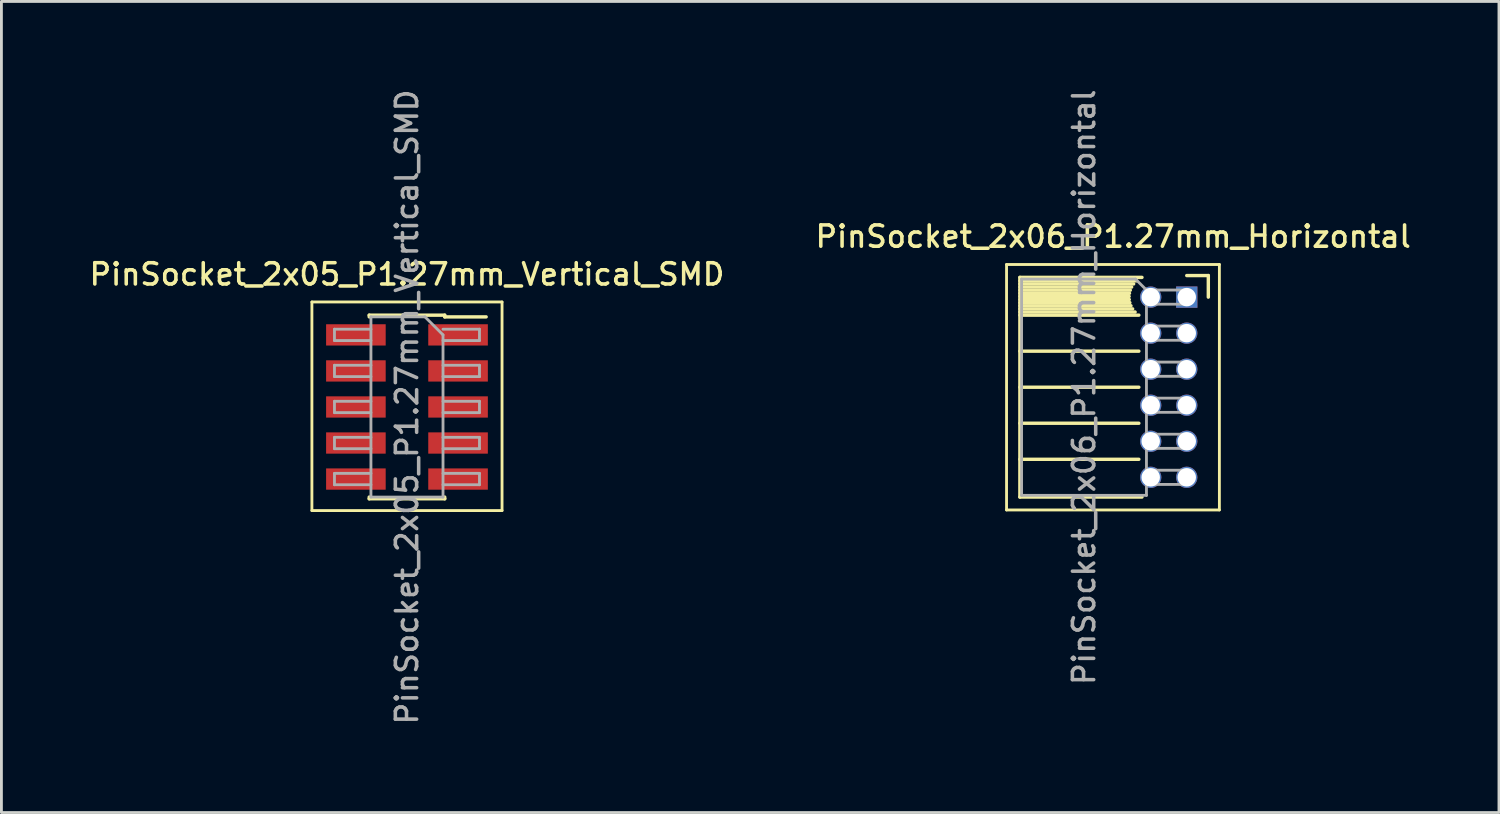
<source format=kicad_pcb>
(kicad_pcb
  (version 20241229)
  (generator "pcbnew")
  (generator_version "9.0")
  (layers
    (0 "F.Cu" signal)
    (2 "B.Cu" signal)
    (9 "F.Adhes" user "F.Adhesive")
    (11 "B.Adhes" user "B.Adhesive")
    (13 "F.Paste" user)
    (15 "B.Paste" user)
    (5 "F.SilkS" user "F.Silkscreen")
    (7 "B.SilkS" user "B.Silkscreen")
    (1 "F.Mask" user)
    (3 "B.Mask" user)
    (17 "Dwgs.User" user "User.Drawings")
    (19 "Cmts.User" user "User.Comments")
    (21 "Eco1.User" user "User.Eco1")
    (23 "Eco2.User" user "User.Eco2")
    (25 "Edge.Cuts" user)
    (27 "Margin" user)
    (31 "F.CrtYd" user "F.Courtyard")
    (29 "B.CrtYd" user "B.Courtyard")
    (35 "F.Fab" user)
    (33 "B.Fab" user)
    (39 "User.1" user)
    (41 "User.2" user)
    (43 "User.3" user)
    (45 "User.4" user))
  (footprint "PinSocket_2x06_P1.27mm_Horizontal"
    (layer "F.Cu")
    (at 38.769 7.42)
    (property "Reference" "PinSocket_2x06_P1.27mm_Horizontal" (at -2.592 -2.135 0) (layer "F.SilkS") (effects (font (size 0.75 0.75) (thickness 0.125))))
    (attr through_hole)
    (fp_line (start -6.35 -1.15) (end -6.35 7.5) (stroke (width 0.1) (type solid)) (layer "F.SilkS"))
    (fp_line (start -6.35 7.5) (end 1.15 7.5) (stroke (width 0.1) (type solid)) (layer "F.SilkS"))
    (fp_line (start -5.88 -0.695) (end -5.88 7.045) (stroke (width 0.12) (type solid)) (layer "F.SilkS"))
    (fp_line (start -5.88 -0.695) (end -1.578 -0.695) (stroke (width 0.12) (type solid)) (layer "F.SilkS"))
    (fp_line (start -5.88 -0.575) (end -1.767 -0.575) (stroke (width 0.12) (type solid)) (layer "F.SilkS"))
    (fp_line (start -5.88 -0.465) (end -1.871 -0.465) (stroke (width 0.12) (type solid)) (layer "F.SilkS"))
    (fp_line (start -5.88 -0.355) (end -1.942 -0.355) (stroke (width 0.12) (type solid)) (layer "F.SilkS"))
    (fp_line (start -5.88 -0.245) (end -1.989 -0.245) (stroke (width 0.12) (type solid)) (layer "F.SilkS"))
    (fp_line (start -5.88 -0.135) (end -2.018 -0.135) (stroke (width 0.12) (type solid)) (layer "F.SilkS"))
    (fp_line (start -5.88 -0.025) (end -2.03 -0.025) (stroke (width 0.12) (type solid)) (layer "F.SilkS"))
    (fp_line (start -5.88 0.085) (end -2.025 0.085) (stroke (width 0.12) (type solid)) (layer "F.SilkS"))
    (fp_line (start -5.88 0.195) (end -2.005 0.195) (stroke (width 0.12) (type solid)) (layer "F.SilkS"))
    (fp_line (start -5.88 0.305) (end -1.966 0.305) (stroke (width 0.12) (type solid)) (layer "F.SilkS"))
    (fp_line (start -5.88 0.415) (end -1.907 0.415) (stroke (width 0.12) (type solid)) (layer "F.SilkS"))
    (fp_line (start -5.88 0.525) (end -1.82 0.525) (stroke (width 0.12) (type solid)) (layer "F.SilkS"))
    (fp_line (start -5.88 0.635) (end -1.688 0.635) (stroke (width 0.12) (type solid)) (layer "F.SilkS"))
    (fp_line (start -5.88 1.905) (end -1.688 1.905) (stroke (width 0.12) (type solid)) (layer "F.SilkS"))
    (fp_line (start -5.88 3.175) (end -1.688 3.175) (stroke (width 0.12) (type solid)) (layer "F.SilkS"))
    (fp_line (start -5.88 4.445) (end -1.688 4.445) (stroke (width 0.12) (type solid)) (layer "F.SilkS"))
    (fp_line (start -5.88 5.715) (end -1.688 5.715) (stroke (width 0.12) (type solid)) (layer "F.SilkS"))
    (fp_line (start -5.88 7.045) (end -1.578 7.045) (stroke (width 0.12) (type solid)) (layer "F.SilkS"))
    (fp_line (start 0 -0.76) (end 0.76 -0.76) (stroke (width 0.12) (type solid)) (layer "F.SilkS"))
    (fp_line (start 0.76 -0.76) (end 0.76 0) (stroke (width 0.12) (type solid)) (layer "F.SilkS"))
    (fp_line (start 1.15 -1.15) (end -6.35 -1.15) (stroke (width 0.1) (type solid)) (layer "F.SilkS"))
    (fp_line (start 1.15 7.5) (end 1.15 -1.15) (stroke (width 0.1) (type solid)) (layer "F.SilkS"))
    (fp_line (start -5.82 -0.635) (end -1.805 -0.635) (stroke (width 0.1) (type solid)) (layer "F.Fab"))
    (fp_line (start -5.82 6.985) (end -5.82 -0.635) (stroke (width 0.1) (type solid)) (layer "F.Fab"))
    (fp_line (start -1.805 -0.635) (end -1.42 -0.25) (stroke (width 0.1) (type solid)) (layer "F.Fab"))
    (fp_line (start -1.42 -0.25) (end -1.42 6.985) (stroke (width 0.1) (type solid)) (layer "F.Fab"))
    (fp_line (start -1.42 0.25) (end 0 0.25) (stroke (width 0.1) (type solid)) (layer "F.Fab"))
    (fp_line (start -1.42 1.52) (end 0 1.52) (stroke (width 0.1) (type solid)) (layer "F.Fab"))
    (fp_line (start -1.42 2.79) (end 0 2.79) (stroke (width 0.1) (type solid)) (layer "F.Fab"))
    (fp_line (start -1.42 4.06) (end 0 4.06) (stroke (width 0.1) (type solid)) (layer "F.Fab"))
    (fp_line (start -1.42 5.33) (end 0 5.33) (stroke (width 0.1) (type solid)) (layer "F.Fab"))
    (fp_line (start -1.42 6.6) (end 0 6.6) (stroke (width 0.1) (type solid)) (layer "F.Fab"))
    (fp_line (start -1.42 6.985) (end -5.82 6.985) (stroke (width 0.1) (type solid)) (layer "F.Fab"))
    (fp_line (start 0 -0.25) (end -1.42 -0.25) (stroke (width 0.1) (type solid)) (layer "F.Fab"))
    (fp_line (start 0 0.25) (end 0 -0.25) (stroke (width 0.1) (type solid)) (layer "F.Fab"))
    (fp_line (start 0 1.02) (end -1.42 1.02) (stroke (width 0.1) (type solid)) (layer "F.Fab"))
    (fp_line (start 0 1.52) (end 0 1.02) (stroke (width 0.1) (type solid)) (layer "F.Fab"))
    (fp_line (start 0 2.29) (end -1.42 2.29) (stroke (width 0.1) (type solid)) (layer "F.Fab"))
    (fp_line (start 0 2.79) (end 0 2.29) (stroke (width 0.1) (type solid)) (layer "F.Fab"))
    (fp_line (start 0 3.56) (end -1.42 3.56) (stroke (width 0.1) (type solid)) (layer "F.Fab"))
    (fp_line (start 0 4.06) (end 0 3.56) (stroke (width 0.1) (type solid)) (layer "F.Fab"))
    (fp_line (start 0 4.83) (end -1.42 4.83) (stroke (width 0.1) (type solid)) (layer "F.Fab"))
    (fp_line (start 0 5.33) (end 0 4.83) (stroke (width 0.1) (type solid)) (layer "F.Fab"))
    (fp_line (start 0 6.1) (end -1.42 6.1) (stroke (width 0.1) (type solid)) (layer "F.Fab"))
    (fp_line (start 0 6.6) (end 0 6.1) (stroke (width 0.1) (type solid)) (layer "F.Fab"))
    (fp_text user "${REFERENCE}" (at -3.62 3.175 90) (layer "F.Fab") (effects (font (size 0.75 0.75) (thickness 0.125))))
    (pad "1" thru_hole rect (at 0 0) (size 0.75 0.75) (drill 0.65) (layers "*.Cu" "*.Mask"))
    (pad "2" thru_hole oval (at -1.27 0) (size 0.75 0.75) (drill 0.65) (layers "*.Cu" "*.Mask"))
    (pad "3" thru_hole oval (at 0 1.27) (size 0.75 0.75) (drill 0.65) (layers "*.Cu" "*.Mask"))
    (pad "4" thru_hole oval (at -1.27 1.27) (size 0.75 0.75) (drill 0.65) (layers "*.Cu" "*.Mask"))
    (pad "5" thru_hole oval (at 0 2.54) (size 0.75 0.75) (drill 0.65) (layers "*.Cu" "*.Mask"))
    (pad "6" thru_hole oval (at -1.27 2.54) (size 0.75 0.75) (drill 0.65) (layers "*.Cu" "*.Mask"))
    (pad "7" thru_hole oval (at 0 3.81) (size 0.75 0.75) (drill 0.65) (layers "*.Cu" "*.Mask"))
    (pad "8" thru_hole oval (at -1.27 3.81) (size 0.75 0.75) (drill 0.65) (layers "*.Cu" "*.Mask"))
    (pad "9" thru_hole oval (at 0 5.08) (size 0.75 0.75) (drill 0.65) (layers "*.Cu" "*.Mask"))
    (pad "10" thru_hole oval (at -1.27 5.08) (size 0.75 0.75) (drill 0.65) (layers "*.Cu" "*.Mask"))
    (pad "11" thru_hole oval (at 0 6.35) (size 0.75 0.75) (drill 0.65) (layers "*.Cu" "*.Mask"))
    (pad "12" thru_hole oval (at -1.27 6.35) (size 0.75 0.75) (drill 0.65) (layers "*.Cu" "*.Mask")))
  (footprint "PinSocket_2x05_P1.27mm_Vertical_SMD"
    (layer "F.Cu")
    (at 11.291 11.291)
    (property "Reference" "PinSocket_2x05_P1.27mm_Vertical_SMD" (at 0 -4.675 0) (layer "F.SilkS") (effects (font (size 0.75 0.75) (thickness 0.125))))
    (attr smd)
    (fp_line (start -3.35 -3.7) (end 3.35 -3.7) (stroke (width 0.1) (type solid)) (layer "F.SilkS"))
    (fp_line (start -3.35 3.65) (end -3.35 -3.7) (stroke (width 0.1) (type solid)) (layer "F.SilkS"))
    (fp_line (start -1.33 -3.235) (end -1.33 -3.175) (stroke (width 0.12) (type solid)) (layer "F.SilkS"))
    (fp_line (start -1.33 -3.235) (end 1.33 -3.235) (stroke (width 0.12) (type solid)) (layer "F.SilkS"))
    (fp_line (start -1.33 3.175) (end -1.33 3.235) (stroke (width 0.12) (type solid)) (layer "F.SilkS"))
    (fp_line (start -1.33 3.235) (end 1.33 3.235) (stroke (width 0.12) (type solid)) (layer "F.SilkS"))
    (fp_line (start 1.33 -3.235) (end 1.33 -3.175) (stroke (width 0.12) (type solid)) (layer "F.SilkS"))
    (fp_line (start 1.33 -3.175) (end 2.79 -3.175) (stroke (width 0.12) (type solid)) (layer "F.SilkS"))
    (fp_line (start 1.33 3.175) (end 1.33 3.235) (stroke (width 0.12) (type solid)) (layer "F.SilkS"))
    (fp_line (start 3.35 -3.7) (end 3.35 3.65) (stroke (width 0.1) (type solid)) (layer "F.SilkS"))
    (fp_line (start 3.35 3.65) (end -3.35 3.65) (stroke (width 0.1) (type solid)) (layer "F.SilkS"))
    (fp_line (start -2.555 -2.74) (end -1.27 -2.74) (stroke (width 0.1) (type solid)) (layer "F.Fab"))
    (fp_line (start -2.555 -2.34) (end -2.555 -2.74) (stroke (width 0.1) (type solid)) (layer "F.Fab"))
    (fp_line (start -2.555 -1.47) (end -1.27 -1.47) (stroke (width 0.1) (type solid)) (layer "F.Fab"))
    (fp_line (start -2.555 -1.07) (end -2.555 -1.47) (stroke (width 0.1) (type solid)) (layer "F.Fab"))
    (fp_line (start -2.555 -0.2) (end -1.27 -0.2) (stroke (width 0.1) (type solid)) (layer "F.Fab"))
    (fp_line (start -2.555 0.2) (end -2.555 -0.2) (stroke (width 0.1) (type solid)) (layer "F.Fab"))
    (fp_line (start -2.555 1.07) (end -1.27 1.07) (stroke (width 0.1) (type solid)) (layer "F.Fab"))
    (fp_line (start -2.555 1.47) (end -2.555 1.07) (stroke (width 0.1) (type solid)) (layer "F.Fab"))
    (fp_line (start -2.555 2.34) (end -1.27 2.34) (stroke (width 0.1) (type solid)) (layer "F.Fab"))
    (fp_line (start -2.555 2.74) (end -2.555 2.34) (stroke (width 0.1) (type solid)) (layer "F.Fab"))
    (fp_line (start -1.27 -3.175) (end 0.635 -3.175) (stroke (width 0.1) (type solid)) (layer "F.Fab"))
    (fp_line (start -1.27 -2.34) (end -2.555 -2.34) (stroke (width 0.1) (type solid)) (layer "F.Fab"))
    (fp_line (start -1.27 -1.07) (end -2.555 -1.07) (stroke (width 0.1) (type solid)) (layer "F.Fab"))
    (fp_line (start -1.27 0.2) (end -2.555 0.2) (stroke (width 0.1) (type solid)) (layer "F.Fab"))
    (fp_line (start -1.27 1.47) (end -2.555 1.47) (stroke (width 0.1) (type solid)) (layer "F.Fab"))
    (fp_line (start -1.27 2.74) (end -2.555 2.74) (stroke (width 0.1) (type solid)) (layer "F.Fab"))
    (fp_line (start -1.27 3.175) (end -1.27 -3.175) (stroke (width 0.1) (type solid)) (layer "F.Fab"))
    (fp_line (start 0.635 -3.175) (end 1.27 -2.54) (stroke (width 0.1) (type solid)) (layer "F.Fab"))
    (fp_line (start 1.27 -2.74) (end 2.555 -2.74) (stroke (width 0.1) (type solid)) (layer "F.Fab"))
    (fp_line (start 1.27 -2.54) (end 1.27 3.175) (stroke (width 0.1) (type solid)) (layer "F.Fab"))
    (fp_line (start 1.27 -1.47) (end 2.555 -1.47) (stroke (width 0.1) (type solid)) (layer "F.Fab"))
    (fp_line (start 1.27 -0.2) (end 2.555 -0.2) (stroke (width 0.1) (type solid)) (layer "F.Fab"))
    (fp_line (start 1.27 1.07) (end 2.555 1.07) (stroke (width 0.1) (type solid)) (layer "F.Fab"))
    (fp_line (start 1.27 2.34) (end 2.555 2.34) (stroke (width 0.1) (type solid)) (layer "F.Fab"))
    (fp_line (start 1.27 3.175) (end -1.27 3.175) (stroke (width 0.1) (type solid)) (layer "F.Fab"))
    (fp_line (start 2.555 -2.74) (end 2.555 -2.34) (stroke (width 0.1) (type solid)) (layer "F.Fab"))
    (fp_line (start 2.555 -2.34) (end 1.27 -2.34) (stroke (width 0.1) (type solid)) (layer "F.Fab"))
    (fp_line (start 2.555 -1.47) (end 2.555 -1.07) (stroke (width 0.1) (type solid)) (layer "F.Fab"))
    (fp_line (start 2.555 -1.07) (end 1.27 -1.07) (stroke (width 0.1) (type solid)) (layer "F.Fab"))
    (fp_line (start 2.555 -0.2) (end 2.555 0.2) (stroke (width 0.1) (type solid)) (layer "F.Fab"))
    (fp_line (start 2.555 0.2) (end 1.27 0.2) (stroke (width 0.1) (type solid)) (layer "F.Fab"))
    (fp_line (start 2.555 1.07) (end 2.555 1.47) (stroke (width 0.1) (type solid)) (layer "F.Fab"))
    (fp_line (start 2.555 1.47) (end 1.27 1.47) (stroke (width 0.1) (type solid)) (layer "F.Fab"))
    (fp_line (start 2.555 2.34) (end 2.555 2.74) (stroke (width 0.1) (type solid)) (layer "F.Fab"))
    (fp_line (start 2.555 2.74) (end 1.27 2.74) (stroke (width 0.1) (type solid)) (layer "F.Fab"))
    (fp_text user "${REFERENCE}" (at 0 0 90) (layer "F.Fab") (effects (font (size 0.75 0.75) (thickness 0.125))))
    (pad "1" smd rect (at 1.8 -2.54) (size 2.1 0.75) (layers "F.Cu" "F.Mask" "F.Paste"))
    (pad "2" smd rect (at -1.8 -2.54) (size 2.1 0.75) (layers "F.Cu" "F.Mask" "F.Paste"))
    (pad "3" smd rect (at 1.8 -1.27) (size 2.1 0.75) (layers "F.Cu" "F.Mask" "F.Paste"))
    (pad "4" smd rect (at -1.8 -1.27) (size 2.1 0.75) (layers "F.Cu" "F.Mask" "F.Paste"))
    (pad "5" smd rect (at 1.8 0) (size 2.1 0.75) (layers "F.Cu" "F.Mask" "F.Paste"))
    (pad "6" smd rect (at -1.8 0) (size 2.1 0.75) (layers "F.Cu" "F.Mask" "F.Paste"))
    (pad "7" smd rect (at 1.8 1.27) (size 2.1 0.75) (layers "F.Cu" "F.Mask" "F.Paste"))
    (pad "8" smd rect (at -1.8 1.27) (size 2.1 0.75) (layers "F.Cu" "F.Mask" "F.Paste"))
    (pad "9" smd rect (at 1.8 2.54) (size 2.1 0.75) (layers "F.Cu" "F.Mask" "F.Paste"))
    (pad "10" smd rect (at -1.8 2.54) (size 2.1 0.75) (layers "F.Cu" "F.Mask" "F.Paste")))
  (gr_rect
    (start -3 -3)
    (end 49.771 25.582)
    (stroke (width 0.1) (type default))
    (fill no)
    (layer "Edge.Cuts")))
</source>
